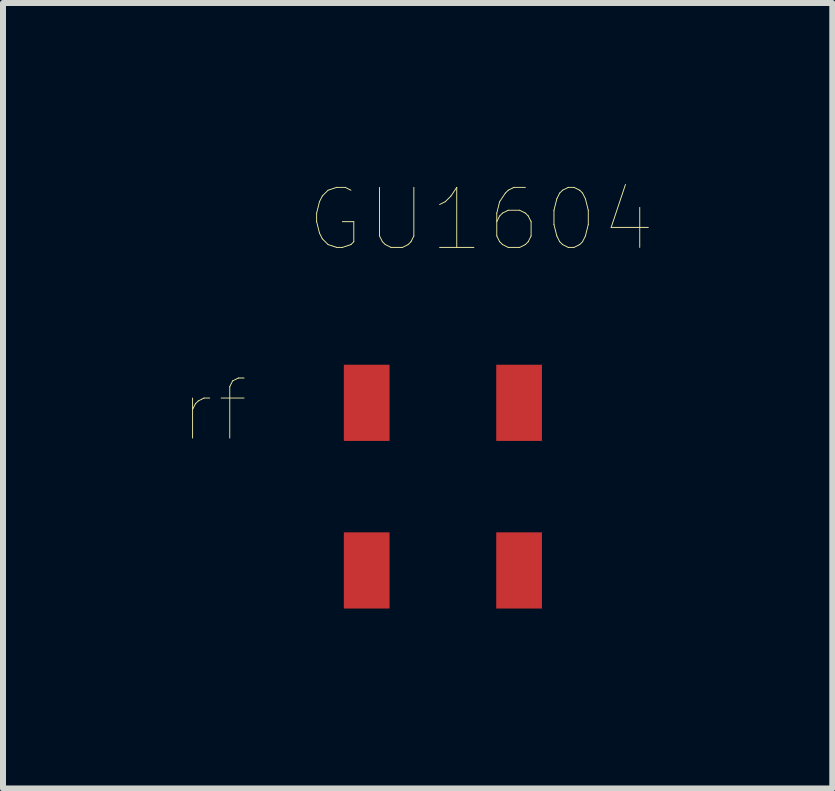
<source format=kicad_pcb>
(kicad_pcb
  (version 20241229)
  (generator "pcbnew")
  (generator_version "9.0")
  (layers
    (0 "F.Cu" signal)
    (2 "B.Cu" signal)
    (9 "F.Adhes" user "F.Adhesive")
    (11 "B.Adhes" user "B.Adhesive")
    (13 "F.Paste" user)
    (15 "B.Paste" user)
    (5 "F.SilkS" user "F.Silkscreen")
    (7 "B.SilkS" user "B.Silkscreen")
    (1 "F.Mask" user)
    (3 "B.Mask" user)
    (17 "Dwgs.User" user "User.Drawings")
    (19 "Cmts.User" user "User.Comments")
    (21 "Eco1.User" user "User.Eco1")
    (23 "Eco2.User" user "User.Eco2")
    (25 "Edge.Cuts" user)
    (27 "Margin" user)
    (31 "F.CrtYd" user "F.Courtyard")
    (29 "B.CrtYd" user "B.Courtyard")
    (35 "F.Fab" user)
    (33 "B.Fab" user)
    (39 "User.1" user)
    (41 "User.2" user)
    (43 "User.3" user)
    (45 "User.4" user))
  (footprint "GU1604"
    (layer "F.Cu")
    (at 4.333 5.062)
    (property "Reference" "GU1604" (at 0.636 -4.45 0) (layer "F.SilkS") (effects (font (size 1.001 1.001) (thickness 0.015))))
    (attr through_hole)
    (fp_text user "rf" (at -3.815 -1.272 0) (layer "F.SilkS") (effects (font (size 1.001 1.001) (thickness 0.015))))
    (pad "P$1" smd rect (at -1.27 -1.397) (size 0.762 1.27) (layers "F.Cu" "F.Mask" "F.Paste"))
    (pad "P$2" smd rect (at 1.27 -1.397) (size 0.762 1.27) (layers "F.Cu" "F.Mask" "F.Paste"))
    (pad "P$3" smd rect (at 1.27 1.397) (size 0.762 1.27) (layers "F.Cu" "F.Mask" "F.Paste"))
    (pad "P$4" smd rect (at -1.27 1.397) (size 0.762 1.27) (layers "F.Cu" "F.Mask" "F.Paste")))
  (gr_rect
    (start -3 -3)
    (end 10.824 10.094)
    (stroke (width 0.1) (type default))
    (fill no)
    (layer "Edge.Cuts")))
</source>
